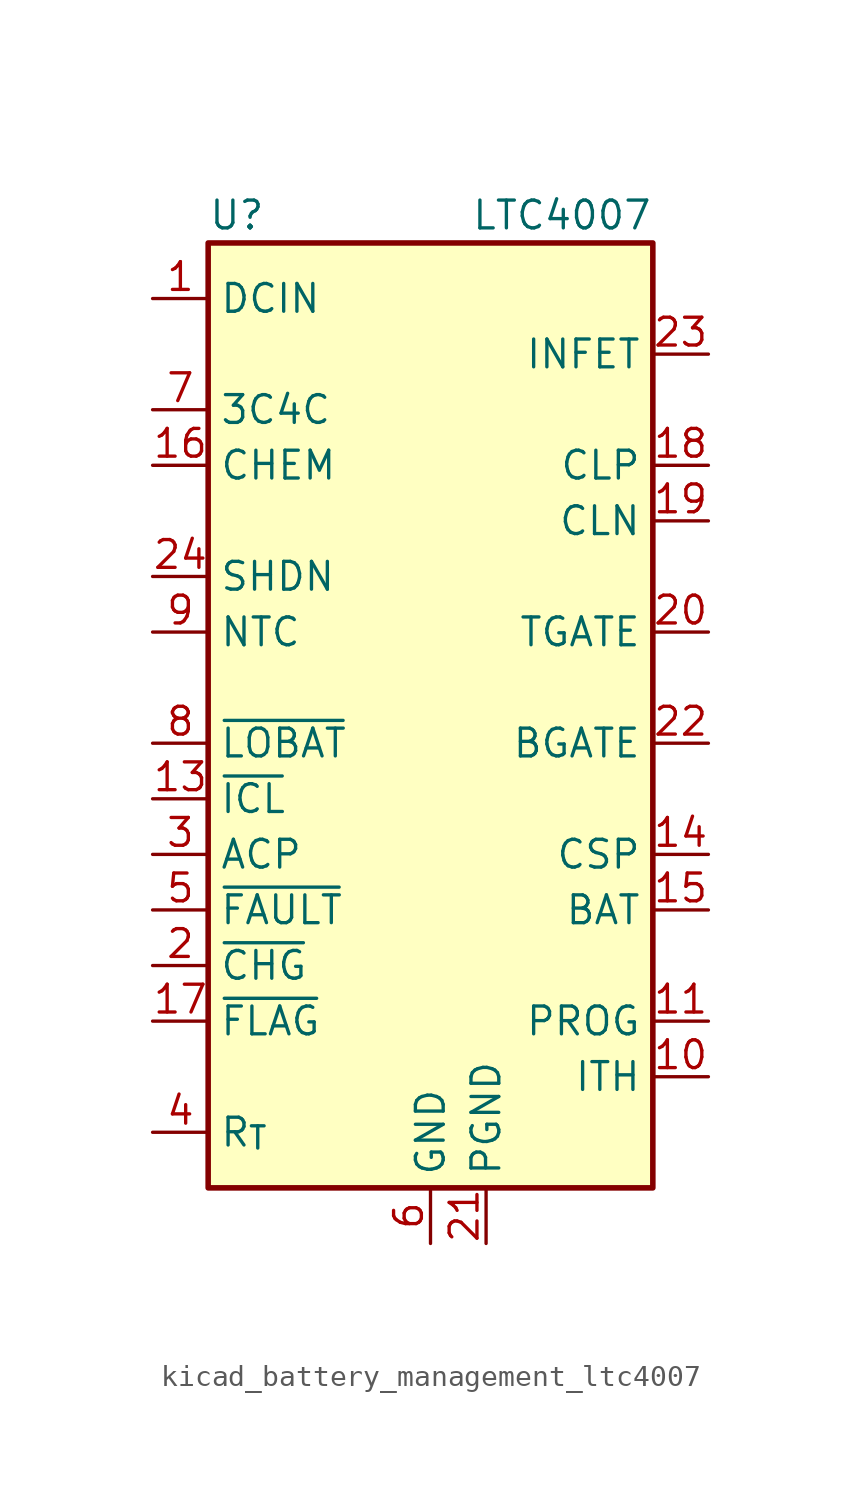
<source format=kicad_sym>
(kicad_symbol_lib
  (version 20220914)
  (generator kicad_symbol_editor)
  (symbol "kicad_battery_management_ltc4007"
    (property "Reference" "U"
      (at -10.16 24.13 0)
      (effects (font (size 1.27 1.27)) (justify left)))
    (property "Value" "LTC4007"
      (at 10.16 24.13 0)
      (effects (font (size 1.27 1.27)) (justify right)))
    (symbol "kicad_battery_management_ltc4007_0_1"
      (rectangle (start -10.16 22.86) (end 10.16 -20.32) (stroke (width 0.254) (type default)) (fill (type background))))
    (symbol "kicad_battery_management_ltc4007_1_1"
      (pin input line (at -12.7 20.32 0) (length 2.54) (name "DCIN" (effects (font (size 1.27 1.27)))) (number "1" (effects (font (size 1.27 1.27)))))
      (pin passive line (at 12.7 -15.24 180) (length 2.54) (name "ITH" (effects (font (size 1.27 1.27)))) (number "10" (effects (font (size 1.27 1.27)))))
      (pin bidirectional line (at 12.7 -12.7 180) (length 2.54) (name "PROG" (effects (font (size 1.27 1.27)))) (number "11" (effects (font (size 1.27 1.27)))))
      (pin no_connect line (at -2.54 -20.32 90) (length 2.54) hide (name "NC" (effects (font (size 1.27 1.27)))) (number "12" (effects (font (size 1.27 1.27)))))
      (pin output line (at -12.7 -2.54 0) (length 2.54) (name "~{ICL}" (effects (font (size 1.27 1.27)))) (number "13" (effects (font (size 1.27 1.27)))))
      (pin input line (at 12.7 -5.08 180) (length 2.54) (name "CSP" (effects (font (size 1.27 1.27)))) (number "14" (effects (font (size 1.27 1.27)))))
      (pin input line (at 12.7 -7.62 180) (length 2.54) (name "BAT" (effects (font (size 1.27 1.27)))) (number "15" (effects (font (size 1.27 1.27)))))
      (pin input line (at -12.7 12.7 0) (length 2.54) (name "CHEM" (effects (font (size 1.27 1.27)))) (number "16" (effects (font (size 1.27 1.27)))))
      (pin open_collector line (at -12.7 -12.7 0) (length 2.54) (name "~{FLAG}" (effects (font (size 1.27 1.27)))) (number "17" (effects (font (size 1.27 1.27)))))
      (pin input line (at 12.7 12.7 180) (length 2.54) (name "CLP" (effects (font (size 1.27 1.27)))) (number "18" (effects (font (size 1.27 1.27)))))
      (pin input line (at 12.7 10.16 180) (length 2.54) (name "CLN" (effects (font (size 1.27 1.27)))) (number "19" (effects (font (size 1.27 1.27)))))
      (pin output line (at -12.7 -10.16 0) (length 2.54) (name "~{CHG}" (effects (font (size 1.27 1.27)))) (number "2" (effects (font (size 1.27 1.27)))))
      (pin output line (at 12.7 5.08 180) (length 2.54) (name "TGATE" (effects (font (size 1.27 1.27)))) (number "20" (effects (font (size 1.27 1.27)))))
      (pin power_in line (at 2.54 -22.86 90) (length 2.54) (name "PGND" (effects (font (size 1.27 1.27)))) (number "21" (effects (font (size 1.27 1.27)))))
      (pin output line (at 12.7 0 180) (length 2.54) (name "BGATE" (effects (font (size 1.27 1.27)))) (number "22" (effects (font (size 1.27 1.27)))))
      (pin output line (at 12.7 17.78 180) (length 2.54) (name "INFET" (effects (font (size 1.27 1.27)))) (number "23" (effects (font (size 1.27 1.27)))))
      (pin input line (at -12.7 7.62 0) (length 2.54) (name "SHDN" (effects (font (size 1.27 1.27)))) (number "24" (effects (font (size 1.27 1.27)))))
      (pin open_collector line (at -12.7 -5.08 0) (length 2.54) (name "ACP" (effects (font (size 1.27 1.27)))) (number "3" (effects (font (size 1.27 1.27)))))
      (pin passive line (at -12.7 -17.78 0) (length 2.54) (name "R_{T}" (effects (font (size 1.27 1.27)))) (number "4" (effects (font (size 1.27 1.27)))))
      (pin open_collector line (at -12.7 -7.62 0) (length 2.54) (name "~{FAULT}" (effects (font (size 1.27 1.27)))) (number "5" (effects (font (size 1.27 1.27)))))
      (pin power_in line (at 0 -22.86 90) (length 2.54) (name "GND" (effects (font (size 1.27 1.27)))) (number "6" (effects (font (size 1.27 1.27)))))
      (pin input line (at -12.7 15.24 0) (length 2.54) (name "3C4C" (effects (font (size 1.27 1.27)))) (number "7" (effects (font (size 1.27 1.27)))))
      (pin output line (at -12.7 0 0) (length 2.54) (name "~{LOBAT}" (effects (font (size 1.27 1.27)))) (number "8" (effects (font (size 1.27 1.27)))))
      (pin input line (at -12.7 5.08 0) (length 2.54) (name "NTC" (effects (font (size 1.27 1.27)))) (number "9" (effects (font (size 1.27 1.27))))))))
</source>
